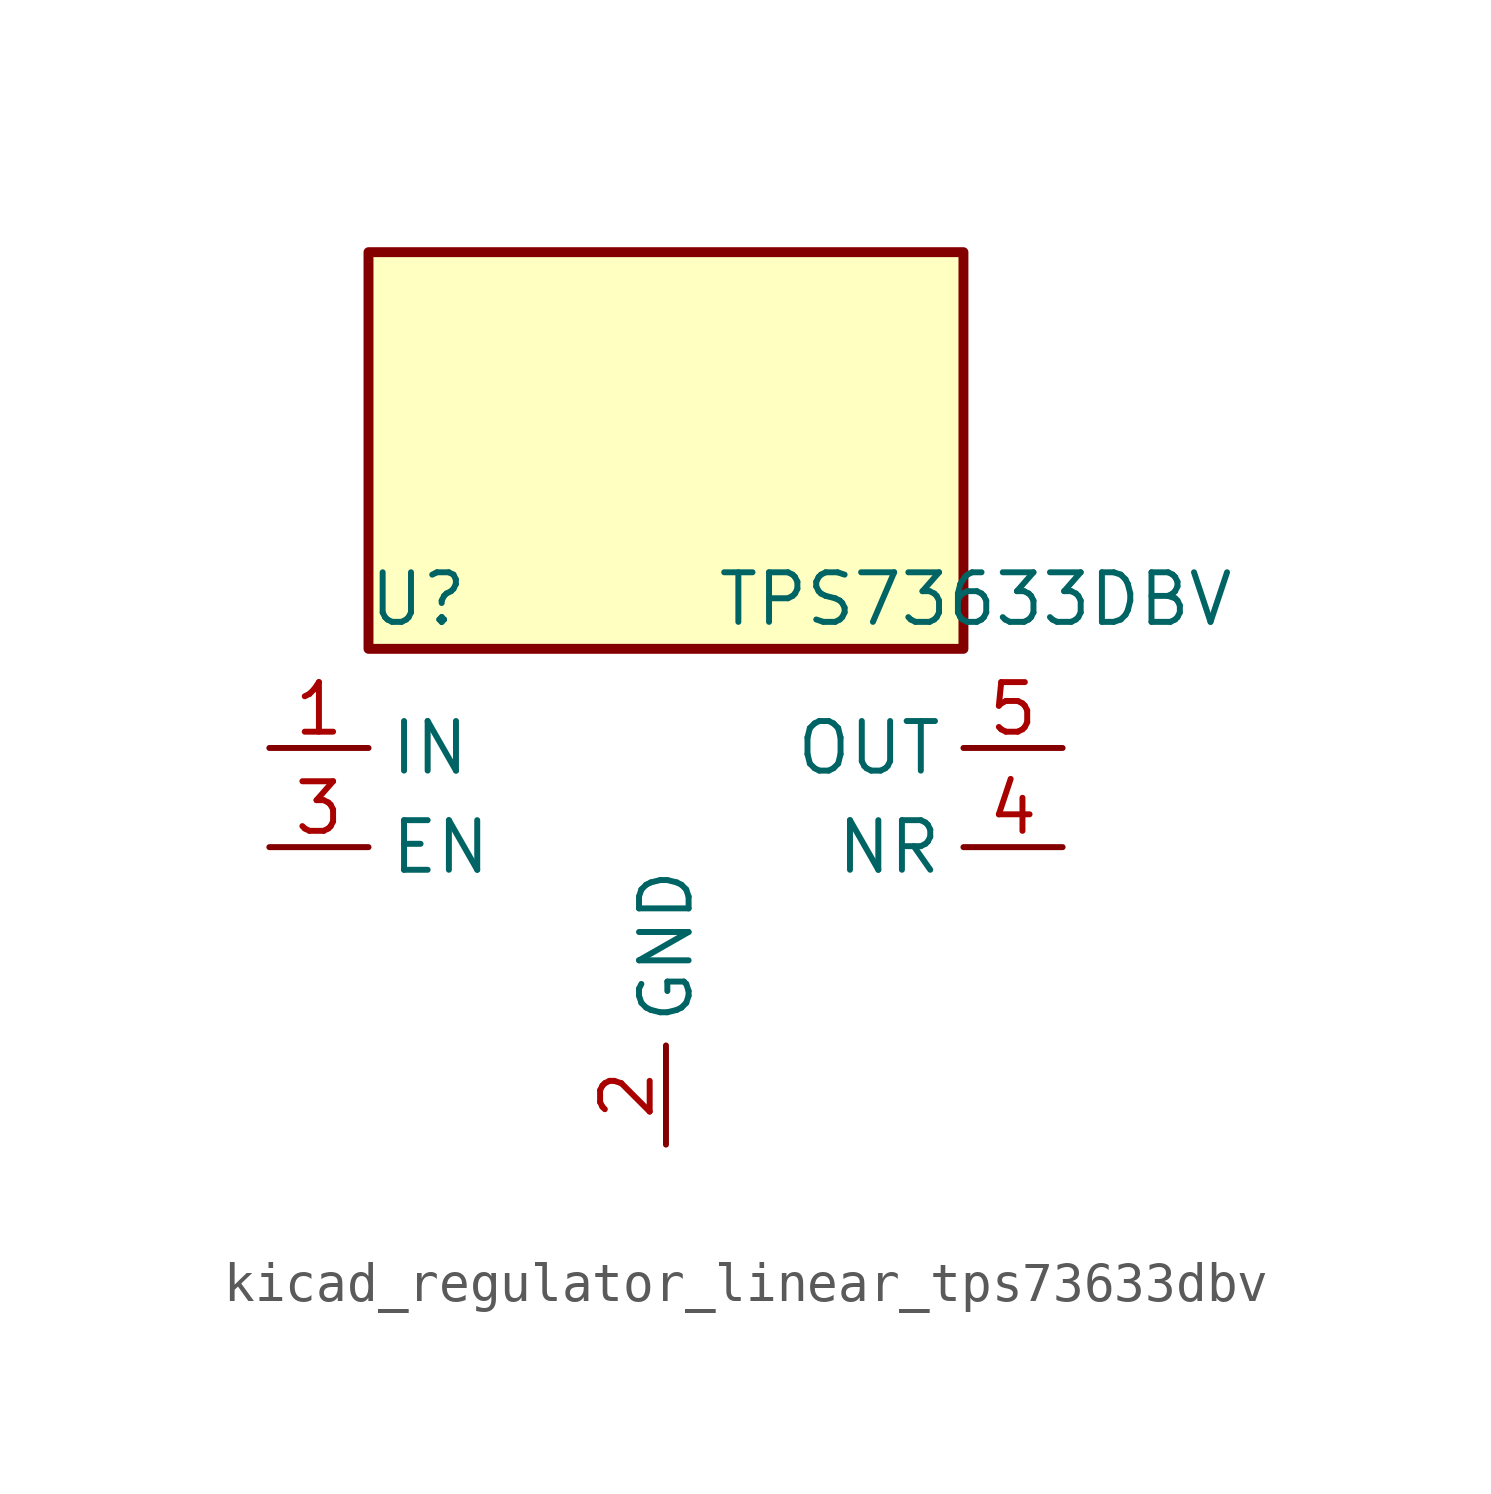
<source format=kicad_sym>
(kicad_symbol_lib
  (version 20220914)
  (generator kicad_symbol_editor)
  (symbol "kicad_regulator_linear_tps73633dbv"
    (property "Reference" "U"
      (at -6.35 6.35 0)
      (effects (font (size 1.27 1.27))))
    (property "Value" "TPS73633DBV"
      (at 1.27 6.35 0)
      (effects (font (size 1.27 1.27)) (justify left)))
    (symbol "kicad_regulator_linear_tps73633dbv_0_1"
      (rectangle (start 7.62 15.24) (end -7.62 5.08) (stroke (width 0.254) (type default)) (fill (type background))))
    (symbol "kicad_regulator_linear_tps73633dbv_1_1"
      (pin power_in line (at -10.16 2.54 0) (length 2.54) (name "IN" (effects (font (size 1.27 1.27)))) (number "1" (effects (font (size 1.27 1.27)))))
      (pin power_in line (at 0 -7.62 90) (length 2.54) (name "GND" (effects (font (size 1.27 1.27)))) (number "2" (effects (font (size 1.27 1.27)))))
      (pin input line (at -10.16 0 0) (length 2.54) (name "EN" (effects (font (size 1.27 1.27)))) (number "3" (effects (font (size 1.27 1.27)))))
      (pin passive line (at 10.16 0 180) (length 2.54) (name "NR" (effects (font (size 1.27 1.27)))) (number "4" (effects (font (size 1.27 1.27)))))
      (pin power_out line (at 10.16 2.54 180) (length 2.54) (name "OUT" (effects (font (size 1.27 1.27)))) (number "5" (effects (font (size 1.27 1.27))))))))
</source>
